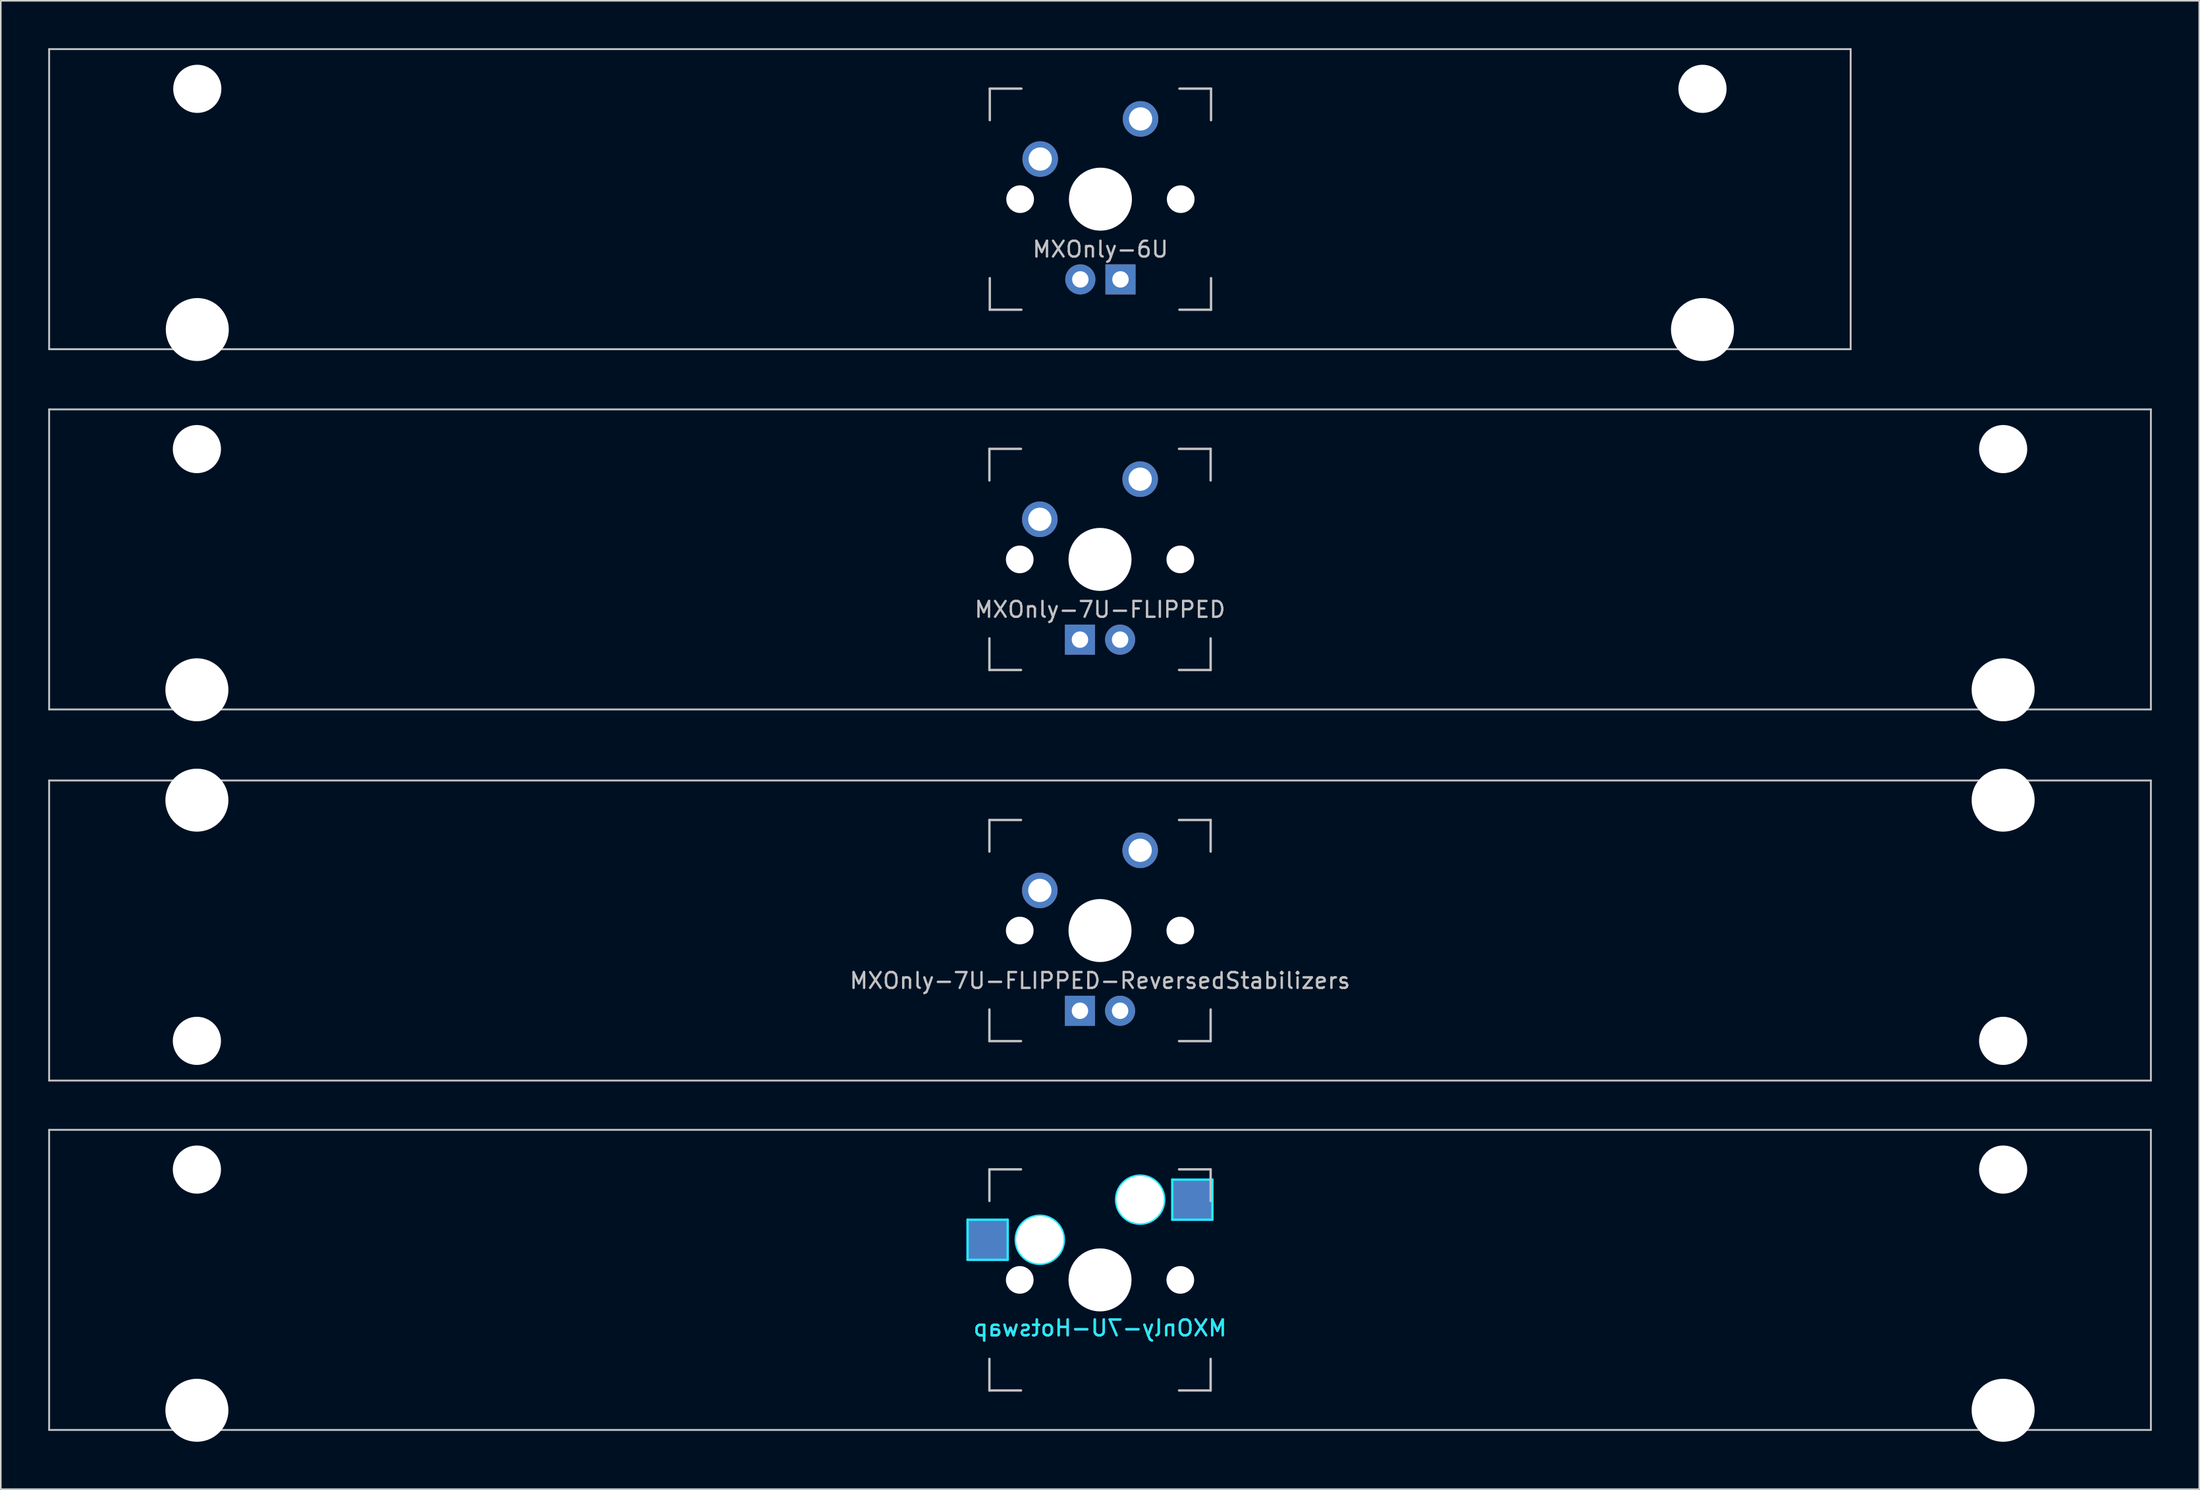
<source format=kicad_pcb>
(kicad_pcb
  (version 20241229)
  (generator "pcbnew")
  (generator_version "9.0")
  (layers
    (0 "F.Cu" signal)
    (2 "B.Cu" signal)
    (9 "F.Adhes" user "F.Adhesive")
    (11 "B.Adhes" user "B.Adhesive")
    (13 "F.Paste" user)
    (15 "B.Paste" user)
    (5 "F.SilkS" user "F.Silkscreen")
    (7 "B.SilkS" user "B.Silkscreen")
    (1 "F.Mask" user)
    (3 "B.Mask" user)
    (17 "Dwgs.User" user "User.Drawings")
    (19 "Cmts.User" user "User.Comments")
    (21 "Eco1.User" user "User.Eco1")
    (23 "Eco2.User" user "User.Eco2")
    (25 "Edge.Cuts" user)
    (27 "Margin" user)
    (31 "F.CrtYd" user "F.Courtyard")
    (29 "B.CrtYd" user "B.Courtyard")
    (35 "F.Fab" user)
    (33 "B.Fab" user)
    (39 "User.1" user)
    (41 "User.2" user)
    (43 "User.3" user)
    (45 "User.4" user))
  (footprint "MXOnly-7U-Hotswap"
    (layer "F.Cu")
    (at 66.56 77.987)
    (property "Reference" "MXOnly-7U-Hotswap" (at 0 3.048 0) (layer "B.CrtYd") (effects (font (size 1 1) (thickness 0.15)) (justify mirror)))
    (attr smd)
    (fp_line (start -66.5 -9.5) (end -66.5 9.5) (stroke (width 0.12) (type solid)) (layer "Dwgs.User"))
    (fp_line (start -66.5 9.5) (end 66.5 9.5) (stroke (width 0.12) (type solid)) (layer "Dwgs.User"))
    (fp_line (start -7 -7) (end -7 -5) (stroke (width 0.15) (type solid)) (layer "Dwgs.User"))
    (fp_line (start -7 5) (end -7 7) (stroke (width 0.15) (type solid)) (layer "Dwgs.User"))
    (fp_line (start -7 7) (end -5 7) (stroke (width 0.15) (type solid)) (layer "Dwgs.User"))
    (fp_line (start -5 -7) (end -7 -7) (stroke (width 0.15) (type solid)) (layer "Dwgs.User"))
    (fp_line (start 5 -7) (end 7 -7) (stroke (width 0.15) (type solid)) (layer "Dwgs.User"))
    (fp_line (start 5 7) (end 7 7) (stroke (width 0.15) (type solid)) (layer "Dwgs.User"))
    (fp_line (start 7 -7) (end 7 -5) (stroke (width 0.15) (type solid)) (layer "Dwgs.User"))
    (fp_line (start 7 7) (end 7 5) (stroke (width 0.15) (type solid)) (layer "Dwgs.User"))
    (fp_line (start 66.5 -9.5) (end -66.5 -9.5) (stroke (width 0.12) (type solid)) (layer "Dwgs.User"))
    (fp_line (start 66.5 9.5) (end 66.5 -9.5) (stroke (width 0.12) (type solid)) (layer "Dwgs.User"))
    (fp_line (start -8.382 -3.81) (end -5.842 -3.81) (stroke (width 0.15) (type solid)) (layer "B.CrtYd"))
    (fp_line (start -8.382 -1.27) (end -8.382 -3.81) (stroke (width 0.15) (type solid)) (layer "B.CrtYd"))
    (fp_line (start -5.842 -3.81) (end -5.842 -1.27) (stroke (width 0.15) (type solid)) (layer "B.CrtYd"))
    (fp_line (start -5.842 -1.27) (end -8.382 -1.27) (stroke (width 0.15) (type solid)) (layer "B.CrtYd"))
    (fp_line (start 4.572 -6.35) (end 7.112 -6.35) (stroke (width 0.15) (type solid)) (layer "B.CrtYd"))
    (fp_line (start 4.572 -3.81) (end 4.572 -6.35) (stroke (width 0.15) (type solid)) (layer "B.CrtYd"))
    (fp_line (start 7.112 -6.35) (end 7.112 -3.81) (stroke (width 0.15) (type solid)) (layer "B.CrtYd"))
    (fp_line (start 7.112 -3.81) (end 4.572 -3.81) (stroke (width 0.15) (type solid)) (layer "B.CrtYd"))
    (fp_circle (center -3.81 -2.54) (end -3.81 -4.064) (stroke (width 0.15) (type solid)) (fill no) (layer "B.CrtYd"))
    (fp_circle (center 2.54 -5.08) (end 2.54 -6.604) (stroke (width 0.15) (type solid)) (fill no) (layer "B.CrtYd"))
    (fp_text user "${REFERENCE}" (at 0 3.048 0) (layer "B.SilkS") (effects (font (size 1 1) (thickness 0.15)) (justify mirror)))
    (pad "" np_thru_hole circle (at -57.15 -6.985) (size 3.048 3.048) (drill 3.048) (layers "*.Cu" "*.Mask"))
    (pad "" np_thru_hole circle (at -57.15 8.255) (size 3.988 3.988) (drill 3.988) (layers "*.Cu" "*.Mask"))
    (pad "" np_thru_hole circle (at -5.08 0 48.1) (size 1.75 1.75) (drill 1.75) (layers "*.Cu" "*.Mask"))
    (pad "" np_thru_hole circle (at -3.81 -2.54) (size 3 3) (drill 3) (layers "*.Cu" "*.Mask"))
    (pad "" np_thru_hole circle (at 0 0) (size 3.988 3.988) (drill 3.988) (layers "*.Cu" "*.Mask"))
    (pad "" np_thru_hole circle (at 2.54 -5.08) (size 3 3) (drill 3) (layers "*.Cu" "*.Mask"))
    (pad "" np_thru_hole circle (at 5.08 0 48.1) (size 1.75 1.75) (drill 1.75) (layers "*.Cu" "*.Mask"))
    (pad "" np_thru_hole circle (at 57.15 -6.985) (size 3.048 3.048) (drill 3.048) (layers "*.Cu" "*.Mask"))
    (pad "" np_thru_hole circle (at 57.15 8.255) (size 3.988 3.988) (drill 3.988) (layers "*.Cu" "*.Mask"))
    (pad "1" smd rect (at -7.085 -2.54) (size 2.55 2.5) (layers "B.Cu" "B.Mask" "B.Paste"))
    (pad "2" smd rect (at 5.842 -5.08) (size 2.55 2.5) (layers "B.Cu" "B.Mask" "B.Paste")))
  (footprint "MXOnly-6U"
    (layer "F.Cu")
    (at 57.06 9.56)
    (property "Reference" "MXOnly-6U" (at 9.525 3.175 0) (layer "Dwgs.User") (effects (font (size 1 1) (thickness 0.15))))
    (attr through_hole)
    (fp_line (start -57 -9.5) (end -57 9.5) (stroke (width 0.12) (type solid)) (layer "Dwgs.User"))
    (fp_line (start -57 9.5) (end 57 9.5) (stroke (width 0.12) (type solid)) (layer "Dwgs.User"))
    (fp_line (start 2.525 -7) (end 2.525 -5) (stroke (width 0.15) (type solid)) (layer "Dwgs.User"))
    (fp_line (start 2.525 5) (end 2.525 7) (stroke (width 0.15) (type solid)) (layer "Dwgs.User"))
    (fp_line (start 2.525 7) (end 4.525 7) (stroke (width 0.15) (type solid)) (layer "Dwgs.User"))
    (fp_line (start 4.525 -7) (end 2.525 -7) (stroke (width 0.15) (type solid)) (layer "Dwgs.User"))
    (fp_line (start 14.525 -7) (end 16.525 -7) (stroke (width 0.15) (type solid)) (layer "Dwgs.User"))
    (fp_line (start 14.525 7) (end 16.525 7) (stroke (width 0.15) (type solid)) (layer "Dwgs.User"))
    (fp_line (start 16.525 -7) (end 16.525 -5) (stroke (width 0.15) (type solid)) (layer "Dwgs.User"))
    (fp_line (start 16.525 7) (end 16.525 5) (stroke (width 0.15) (type solid)) (layer "Dwgs.User"))
    (fp_line (start 57 -9.5) (end -57 -9.5) (stroke (width 0.12) (type solid)) (layer "Dwgs.User"))
    (fp_line (start 57 9.5) (end 57 -9.5) (stroke (width 0.12) (type solid)) (layer "Dwgs.User"))
    (pad "" np_thru_hole circle (at -47.625 -6.985) (size 3.048 3.048) (drill 3.048) (layers "*.Cu" "*.Mask"))
    (pad "" np_thru_hole circle (at -47.625 8.255) (size 3.988 3.988) (drill 3.988) (layers "*.Cu" "*.Mask"))
    (pad "" np_thru_hole circle (at 4.445 0 48.1) (size 1.75 1.75) (drill 1.75) (layers "*.Cu" "*.Mask"))
    (pad "" np_thru_hole circle (at 9.525 0) (size 3.988 3.988) (drill 3.988) (layers "*.Cu" "*.Mask"))
    (pad "" np_thru_hole circle (at 14.605 0 48.1) (size 1.75 1.75) (drill 1.75) (layers "*.Cu" "*.Mask"))
    (pad "" np_thru_hole circle (at 47.625 -6.985) (size 3.048 3.048) (drill 3.048) (layers "*.Cu" "*.Mask"))
    (pad "" np_thru_hole circle (at 47.625 8.255) (size 3.988 3.988) (drill 3.988) (layers "*.Cu" "*.Mask"))
    (pad "1" thru_hole circle (at 5.715 -2.54) (size 2.25 2.25) (drill 1.47) (layers "*.Cu" "B.Mask"))
    (pad "2" thru_hole circle (at 12.065 -5.08) (size 2.25 2.25) (drill 1.47) (layers "*.Cu" "B.Mask"))
    (pad "3" thru_hole circle (at 8.255 5.08) (size 1.905 1.905) (drill 1.04) (layers "*.Cu" "B.Mask"))
    (pad "4" thru_hole rect (at 10.795 5.08) (size 1.905 1.905) (drill 1.04) (layers "*.Cu" "B.Mask")))
  (footprint "MXOnly-7U-FLIPPED"
    (layer "F.Cu")
    (at 66.56 32.369)
    (property "Reference" "MXOnly-7U-FLIPPED" (at 0 3.175 0) (layer "Dwgs.User") (effects (font (size 1 1) (thickness 0.15))))
    (attr through_hole)
    (fp_line (start -66.5 -9.5) (end -66.5 9.5) (stroke (width 0.12) (type solid)) (layer "Dwgs.User"))
    (fp_line (start -66.5 9.5) (end 66.5 9.5) (stroke (width 0.12) (type solid)) (layer "Dwgs.User"))
    (fp_line (start -7 -7) (end -7 -5) (stroke (width 0.15) (type solid)) (layer "Dwgs.User"))
    (fp_line (start -7 5) (end -7 7) (stroke (width 0.15) (type solid)) (layer "Dwgs.User"))
    (fp_line (start -7 7) (end -5 7) (stroke (width 0.15) (type solid)) (layer "Dwgs.User"))
    (fp_line (start -5 -7) (end -7 -7) (stroke (width 0.15) (type solid)) (layer "Dwgs.User"))
    (fp_line (start 5 -7) (end 7 -7) (stroke (width 0.15) (type solid)) (layer "Dwgs.User"))
    (fp_line (start 5 7) (end 7 7) (stroke (width 0.15) (type solid)) (layer "Dwgs.User"))
    (fp_line (start 7 -7) (end 7 -5) (stroke (width 0.15) (type solid)) (layer "Dwgs.User"))
    (fp_line (start 7 7) (end 7 5) (stroke (width 0.15) (type solid)) (layer "Dwgs.User"))
    (fp_line (start 66.5 -9.5) (end -66.5 -9.5) (stroke (width 0.12) (type solid)) (layer "Dwgs.User"))
    (fp_line (start 66.5 9.5) (end 66.5 -9.5) (stroke (width 0.12) (type solid)) (layer "Dwgs.User"))
    (pad "" np_thru_hole circle (at -57.15 -6.985) (size 3.048 3.048) (drill 3.048) (layers "*.Cu" "*.Mask"))
    (pad "" np_thru_hole circle (at -57.15 8.255) (size 3.988 3.988) (drill 3.988) (layers "*.Cu" "*.Mask"))
    (pad "" np_thru_hole circle (at -5.08 0 48.1) (size 1.75 1.75) (drill 1.75) (layers "*.Cu" "*.Mask"))
    (pad "" np_thru_hole circle (at 0 0) (size 3.988 3.988) (drill 3.988) (layers "*.Cu" "*.Mask"))
    (pad "" np_thru_hole circle (at 5.08 0 48.1) (size 1.75 1.75) (drill 1.75) (layers "*.Cu" "*.Mask"))
    (pad "" np_thru_hole circle (at 57.15 -6.985) (size 3.048 3.048) (drill 3.048) (layers "*.Cu" "*.Mask"))
    (pad "" np_thru_hole circle (at 57.15 8.255) (size 3.988 3.988) (drill 3.988) (layers "*.Cu" "*.Mask"))
    (pad "1" thru_hole circle (at -3.81 -2.54) (size 2.25 2.25) (drill 1.47) (layers "*.Cu" "B.Mask"))
    (pad "2" thru_hole circle (at 2.54 -5.08) (size 2.25 2.25) (drill 1.47) (layers "*.Cu" "B.Mask"))
    (pad "3" thru_hole circle (at 1.27 5.08) (size 1.905 1.905) (drill 1.04) (layers "*.Cu" "B.Mask"))
    (pad "4" thru_hole rect (at -1.27 5.08) (size 1.905 1.905) (drill 1.04) (layers "*.Cu" "B.Mask")))
  (footprint "MXOnly-7U-FLIPPED-ReversedStabilizers"
    (layer "F.Cu")
    (at 66.56 55.867)
    (property "Reference" "MXOnly-7U-FLIPPED-ReversedStabilizers" (at 0 3.175 0) (layer "Dwgs.User") (effects (font (size 1 1) (thickness 0.15))))
    (attr through_hole)
    (fp_line (start -66.5 -9.5) (end -66.5 9.5) (stroke (width 0.12) (type solid)) (layer "Dwgs.User"))
    (fp_line (start -66.5 9.5) (end 66.5 9.5) (stroke (width 0.12) (type solid)) (layer "Dwgs.User"))
    (fp_line (start -7 -7) (end -7 -5) (stroke (width 0.15) (type solid)) (layer "Dwgs.User"))
    (fp_line (start -7 5) (end -7 7) (stroke (width 0.15) (type solid)) (layer "Dwgs.User"))
    (fp_line (start -7 7) (end -5 7) (stroke (width 0.15) (type solid)) (layer "Dwgs.User"))
    (fp_line (start -5 -7) (end -7 -7) (stroke (width 0.15) (type solid)) (layer "Dwgs.User"))
    (fp_line (start 5 -7) (end 7 -7) (stroke (width 0.15) (type solid)) (layer "Dwgs.User"))
    (fp_line (start 5 7) (end 7 7) (stroke (width 0.15) (type solid)) (layer "Dwgs.User"))
    (fp_line (start 7 -7) (end 7 -5) (stroke (width 0.15) (type solid)) (layer "Dwgs.User"))
    (fp_line (start 7 7) (end 7 5) (stroke (width 0.15) (type solid)) (layer "Dwgs.User"))
    (fp_line (start 66.5 -9.5) (end -66.5 -9.5) (stroke (width 0.12) (type solid)) (layer "Dwgs.User"))
    (fp_line (start 66.5 9.5) (end 66.5 -9.5) (stroke (width 0.12) (type solid)) (layer "Dwgs.User"))
    (pad "" np_thru_hole circle (at -57.15 -8.255) (size 3.988 3.988) (drill 3.988) (layers "*.Cu" "*.Mask"))
    (pad "" np_thru_hole circle (at -57.15 6.985) (size 3.048 3.048) (drill 3.048) (layers "*.Cu" "*.Mask"))
    (pad "" np_thru_hole circle (at -5.08 0 48.1) (size 1.75 1.75) (drill 1.75) (layers "*.Cu" "*.Mask"))
    (pad "" np_thru_hole circle (at 0 0) (size 3.988 3.988) (drill 3.988) (layers "*.Cu" "*.Mask"))
    (pad "" np_thru_hole circle (at 5.08 0 48.1) (size 1.75 1.75) (drill 1.75) (layers "*.Cu" "*.Mask"))
    (pad "" np_thru_hole circle (at 57.15 -8.255) (size 3.988 3.988) (drill 3.988) (layers "*.Cu" "*.Mask"))
    (pad "" np_thru_hole circle (at 57.15 6.985) (size 3.048 3.048) (drill 3.048) (layers "*.Cu" "*.Mask"))
    (pad "1" thru_hole circle (at -3.81 -2.54) (size 2.25 2.25) (drill 1.47) (layers "*.Cu" "B.Mask"))
    (pad "2" thru_hole circle (at 2.54 -5.08) (size 2.25 2.25) (drill 1.47) (layers "*.Cu" "B.Mask"))
    (pad "3" thru_hole circle (at 1.27 5.08) (size 1.905 1.905) (drill 1.04) (layers "*.Cu" "B.Mask"))
    (pad "4" thru_hole rect (at -1.27 5.08) (size 1.905 1.905) (drill 1.04) (layers "*.Cu" "B.Mask")))
  (gr_rect
    (start -3 -3)
    (end 136.12 91.236)
    (stroke (width 0.1) (type default))
    (fill no)
    (layer "Edge.Cuts")))
</source>
